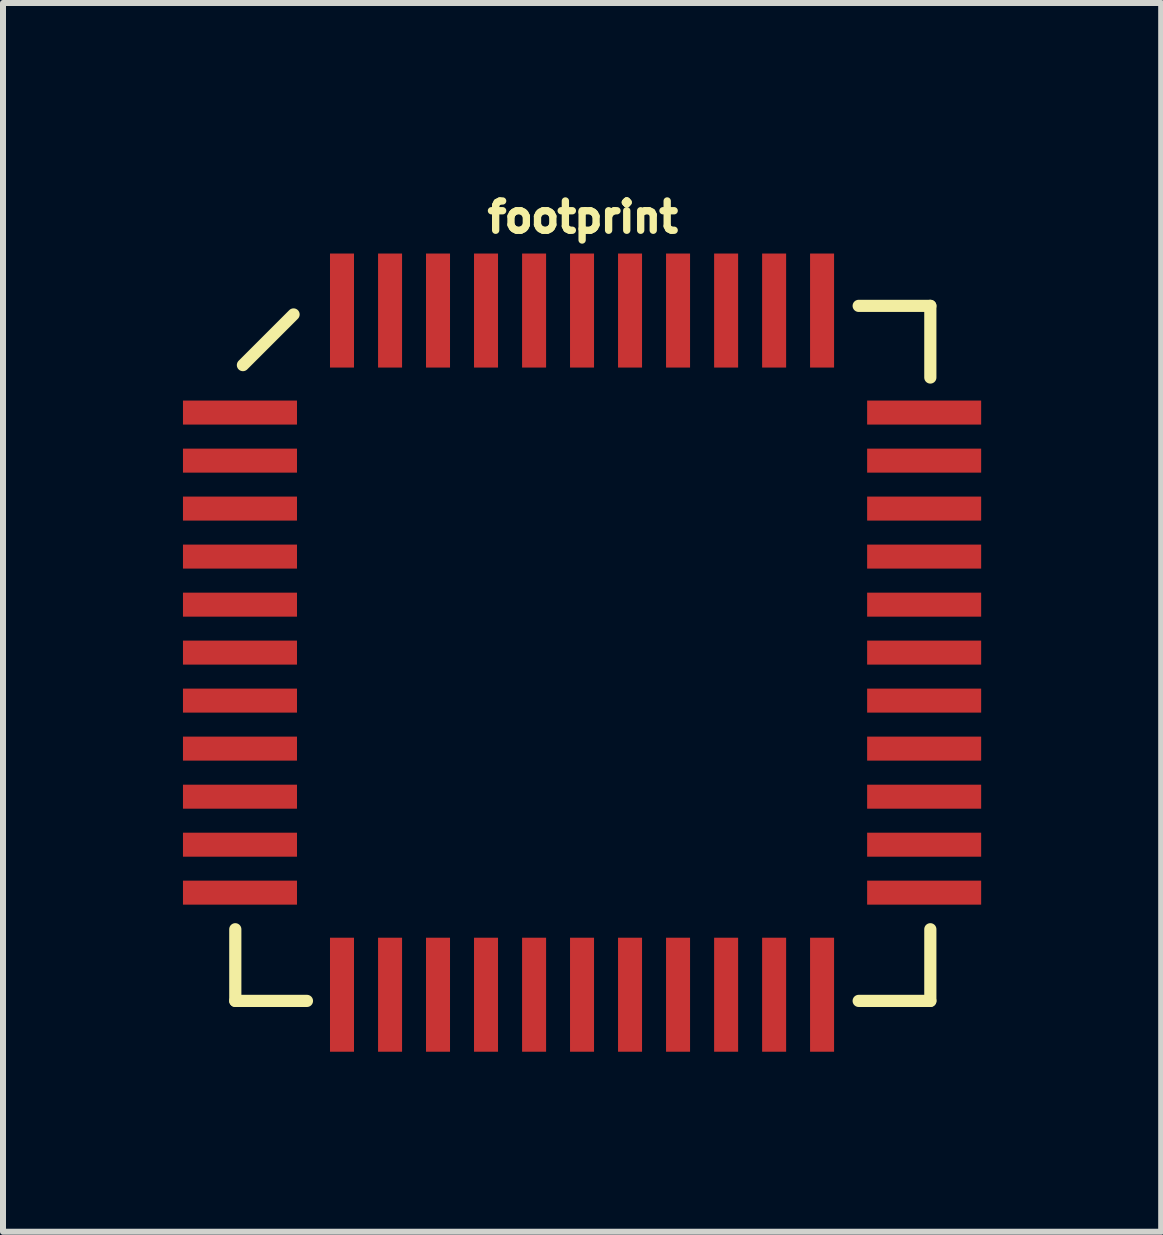
<source format=kicad_pcb>
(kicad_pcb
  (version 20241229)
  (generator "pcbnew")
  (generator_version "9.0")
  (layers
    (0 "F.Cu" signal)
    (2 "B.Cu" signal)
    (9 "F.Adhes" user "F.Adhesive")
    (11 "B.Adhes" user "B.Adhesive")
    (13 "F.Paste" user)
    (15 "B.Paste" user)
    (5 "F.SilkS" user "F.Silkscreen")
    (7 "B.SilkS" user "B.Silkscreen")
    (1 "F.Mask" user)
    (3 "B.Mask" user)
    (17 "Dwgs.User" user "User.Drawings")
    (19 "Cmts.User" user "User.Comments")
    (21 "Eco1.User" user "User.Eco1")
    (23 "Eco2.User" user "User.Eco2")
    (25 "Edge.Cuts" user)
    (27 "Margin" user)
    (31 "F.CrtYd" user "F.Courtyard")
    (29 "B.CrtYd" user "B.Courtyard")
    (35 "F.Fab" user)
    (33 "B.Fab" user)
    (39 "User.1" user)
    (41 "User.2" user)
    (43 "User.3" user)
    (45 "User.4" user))
  (footprint "footprint"
    (layer "F.Cu")
    (at 6.662 7.838)
    (property "Reference" "footprint" (at 0 -6.985 0) (layer "F.SilkS") (effects (font (size 0.488 0.488) (thickness 0.122)) (justify bottom)))
    (fp_line (start -5.791 4.597) (end -5.791 5.791) (stroke (width 0.203) (type solid)) (layer "F.SilkS"))
    (fp_line (start -5.791 5.791) (end -4.597 5.791) (stroke (width 0.203) (type solid)) (layer "F.SilkS"))
    (fp_line (start -5.664 -4.804) (end -4.82 -5.648) (stroke (width 0.203) (type solid)) (layer "F.SilkS"))
    (fp_line (start 4.597 5.791) (end 5.791 5.791) (stroke (width 0.203) (type solid)) (layer "F.SilkS"))
    (fp_line (start 5.791 -5.791) (end 4.597 -5.791) (stroke (width 0.203) (type solid)) (layer "F.SilkS"))
    (fp_line (start 5.791 -4.597) (end 5.791 -5.791) (stroke (width 0.203) (type solid)) (layer "F.SilkS"))
    (fp_line (start 5.791 5.791) (end 5.791 4.597) (stroke (width 0.203) (type solid)) (layer "F.SilkS"))
    (pad "1" smd rect (at -5.713 -4.013 90) (size 0.4 1.9) (layers "F.Cu" "F.Mask" "F.Paste"))
    (pad "2" smd rect (at -5.713 -3.212 90) (size 0.4 1.9) (layers "F.Cu" "F.Mask" "F.Paste"))
    (pad "3" smd rect (at -5.713 -2.413 90) (size 0.4 1.9) (layers "F.Cu" "F.Mask" "F.Paste"))
    (pad "4" smd rect (at -5.713 -1.613 90) (size 0.4 1.9) (layers "F.Cu" "F.Mask" "F.Paste"))
    (pad "5" smd rect (at -5.713 -0.812 90) (size 0.4 1.9) (layers "F.Cu" "F.Mask" "F.Paste"))
    (pad "6" smd rect (at -5.713 -0.013 90) (size 0.4 1.9) (layers "F.Cu" "F.Mask" "F.Paste"))
    (pad "7" smd rect (at -5.713 0.787 90) (size 0.4 1.9) (layers "F.Cu" "F.Mask" "F.Paste"))
    (pad "8" smd rect (at -5.713 1.587 90) (size 0.4 1.9) (layers "F.Cu" "F.Mask" "F.Paste"))
    (pad "9" smd rect (at -5.713 2.388 90) (size 0.4 1.9) (layers "F.Cu" "F.Mask" "F.Paste"))
    (pad "10" smd rect (at -5.713 3.188 90) (size 0.4 1.9) (layers "F.Cu" "F.Mask" "F.Paste"))
    (pad "11" smd rect (at -5.713 3.987 90) (size 0.4 1.9) (layers "F.Cu" "F.Mask" "F.Paste"))
    (pad "12" smd rect (at -4.013 5.688) (size 0.4 1.9) (layers "F.Cu" "F.Mask" "F.Paste"))
    (pad "13" smd rect (at -3.212 5.688) (size 0.4 1.9) (layers "F.Cu" "F.Mask" "F.Paste"))
    (pad "14" smd rect (at -2.413 5.688) (size 0.4 1.9) (layers "F.Cu" "F.Mask" "F.Paste"))
    (pad "15" smd rect (at -1.613 5.688) (size 0.4 1.9) (layers "F.Cu" "F.Mask" "F.Paste"))
    (pad "16" smd rect (at -0.812 5.688) (size 0.4 1.9) (layers "F.Cu" "F.Mask" "F.Paste"))
    (pad "17" smd rect (at -0.013 5.688) (size 0.4 1.9) (layers "F.Cu" "F.Mask" "F.Paste"))
    (pad "18" smd rect (at 0.787 5.688) (size 0.4 1.9) (layers "F.Cu" "F.Mask" "F.Paste"))
    (pad "19" smd rect (at 1.587 5.688) (size 0.4 1.9) (layers "F.Cu" "F.Mask" "F.Paste"))
    (pad "20" smd rect (at 2.388 5.688) (size 0.4 1.9) (layers "F.Cu" "F.Mask" "F.Paste"))
    (pad "21" smd rect (at 3.188 5.688) (size 0.4 1.9) (layers "F.Cu" "F.Mask" "F.Paste"))
    (pad "22" smd rect (at 3.987 5.688) (size 0.4 1.9) (layers "F.Cu" "F.Mask" "F.Paste"))
    (pad "23" smd rect (at 5.688 3.987 90) (size 0.4 1.9) (layers "F.Cu" "F.Mask" "F.Paste"))
    (pad "24" smd rect (at 5.688 3.188 90) (size 0.4 1.9) (layers "F.Cu" "F.Mask" "F.Paste"))
    (pad "25" smd rect (at 5.688 2.388 90) (size 0.4 1.9) (layers "F.Cu" "F.Mask" "F.Paste"))
    (pad "26" smd rect (at 5.688 1.587 90) (size 0.4 1.9) (layers "F.Cu" "F.Mask" "F.Paste"))
    (pad "27" smd rect (at 5.688 0.787 90) (size 0.4 1.9) (layers "F.Cu" "F.Mask" "F.Paste"))
    (pad "28" smd rect (at 5.688 -0.013 90) (size 0.4 1.9) (layers "F.Cu" "F.Mask" "F.Paste"))
    (pad "29" smd rect (at 5.688 -0.812 90) (size 0.4 1.9) (layers "F.Cu" "F.Mask" "F.Paste"))
    (pad "30" smd rect (at 5.688 -1.613 90) (size 0.4 1.9) (layers "F.Cu" "F.Mask" "F.Paste"))
    (pad "31" smd rect (at 5.688 -2.413 90) (size 0.4 1.9) (layers "F.Cu" "F.Mask" "F.Paste"))
    (pad "32" smd rect (at 5.688 -3.212 90) (size 0.4 1.9) (layers "F.Cu" "F.Mask" "F.Paste"))
    (pad "33" smd rect (at 5.688 -4.013 90) (size 0.4 1.9) (layers "F.Cu" "F.Mask" "F.Paste"))
    (pad "34" smd rect (at 3.987 -5.713 180) (size 0.4 1.9) (layers "F.Cu" "F.Mask" "F.Paste"))
    (pad "35" smd rect (at 3.188 -5.713 180) (size 0.4 1.9) (layers "F.Cu" "F.Mask" "F.Paste"))
    (pad "36" smd rect (at 2.388 -5.713 180) (size 0.4 1.9) (layers "F.Cu" "F.Mask" "F.Paste"))
    (pad "37" smd rect (at 1.587 -5.713 180) (size 0.4 1.9) (layers "F.Cu" "F.Mask" "F.Paste"))
    (pad "38" smd rect (at 0.787 -5.713 180) (size 0.4 1.9) (layers "F.Cu" "F.Mask" "F.Paste"))
    (pad "39" smd rect (at -0.013 -5.713 180) (size 0.4 1.9) (layers "F.Cu" "F.Mask" "F.Paste"))
    (pad "40" smd rect (at -0.812 -5.713 180) (size 0.4 1.9) (layers "F.Cu" "F.Mask" "F.Paste"))
    (pad "41" smd rect (at -1.613 -5.713 180) (size 0.4 1.9) (layers "F.Cu" "F.Mask" "F.Paste"))
    (pad "42" smd rect (at -2.413 -5.713 180) (size 0.4 1.9) (layers "F.Cu" "F.Mask" "F.Paste"))
    (pad "43" smd rect (at -3.212 -5.713 180) (size 0.4 1.9) (layers "F.Cu" "F.Mask" "F.Paste"))
    (pad "44" smd rect (at -4.013 -5.713 180) (size 0.4 1.9) (layers "F.Cu" "F.Mask" "F.Paste")))
  (gr_rect
    (start -3 -3)
    (end 16.3 17.476)
    (stroke (width 0.1) (type default))
    (fill no)
    (layer "Edge.Cuts")))
</source>
